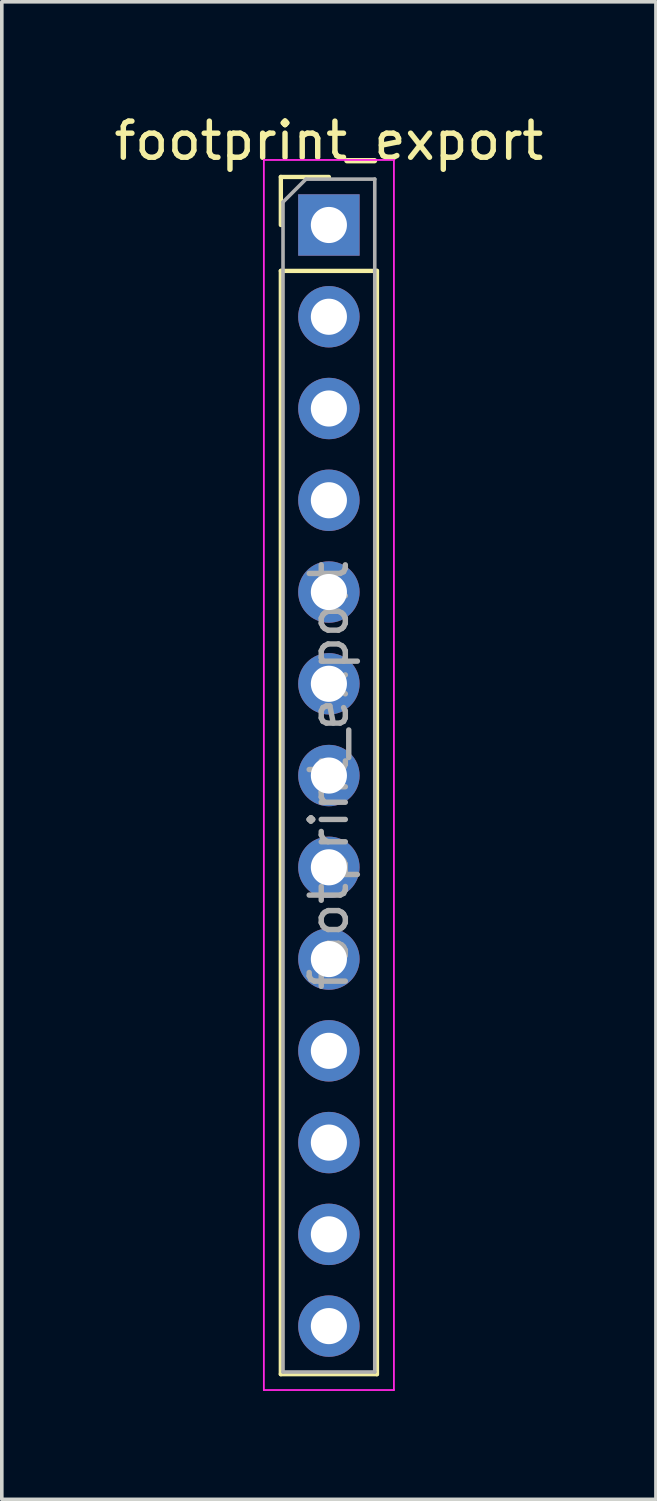
<source format=kicad_pcb>
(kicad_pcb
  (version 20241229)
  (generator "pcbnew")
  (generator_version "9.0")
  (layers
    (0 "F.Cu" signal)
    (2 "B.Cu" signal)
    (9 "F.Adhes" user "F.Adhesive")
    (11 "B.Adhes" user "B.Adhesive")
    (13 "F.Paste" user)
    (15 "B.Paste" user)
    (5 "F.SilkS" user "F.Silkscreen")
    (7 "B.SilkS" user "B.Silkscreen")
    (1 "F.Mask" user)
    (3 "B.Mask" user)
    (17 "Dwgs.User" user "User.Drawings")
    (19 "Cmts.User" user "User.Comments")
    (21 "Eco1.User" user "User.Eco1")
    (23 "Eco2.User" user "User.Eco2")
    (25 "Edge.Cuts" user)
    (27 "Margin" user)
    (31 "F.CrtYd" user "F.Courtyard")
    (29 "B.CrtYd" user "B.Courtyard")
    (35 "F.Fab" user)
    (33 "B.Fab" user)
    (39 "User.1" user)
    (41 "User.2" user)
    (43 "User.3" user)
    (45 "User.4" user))
  (footprint "footprint_export"
    (layer "F.Cu")
    (at 6.054 3.178)
    (property "Reference" "footprint_export" (at 0 -2.33 0) (layer "F.SilkS") (effects (font (size 1 1) (thickness 0.15))))
    (attr through_hole)
    (fp_line (start -1.33 -1.33) (end 0 -1.33) (stroke (width 0.12) (type solid)) (layer "F.SilkS"))
    (fp_line (start -1.33 0) (end -1.33 -1.33) (stroke (width 0.12) (type solid)) (layer "F.SilkS"))
    (fp_line (start -1.33 1.27) (end -1.33 31.81) (stroke (width 0.12) (type solid)) (layer "F.SilkS"))
    (fp_line (start -1.33 1.27) (end 1.33 1.27) (stroke (width 0.12) (type solid)) (layer "F.SilkS"))
    (fp_line (start -1.33 31.81) (end 1.33 31.81) (stroke (width 0.12) (type solid)) (layer "F.SilkS"))
    (fp_line (start 1.33 1.27) (end 1.33 31.81) (stroke (width 0.12) (type solid)) (layer "F.SilkS"))
    (fp_line (start -1.8 -1.8) (end -1.8 32.25) (stroke (width 0.05) (type solid)) (layer "F.CrtYd"))
    (fp_line (start -1.8 32.25) (end 1.8 32.25) (stroke (width 0.05) (type solid)) (layer "F.CrtYd"))
    (fp_line (start 1.8 -1.8) (end -1.8 -1.8) (stroke (width 0.05) (type solid)) (layer "F.CrtYd"))
    (fp_line (start 1.8 32.25) (end 1.8 -1.8) (stroke (width 0.05) (type solid)) (layer "F.CrtYd"))
    (fp_line (start -1.27 -0.635) (end -0.635 -1.27) (stroke (width 0.1) (type solid)) (layer "F.Fab"))
    (fp_line (start -1.27 31.75) (end -1.27 -0.635) (stroke (width 0.1) (type solid)) (layer "F.Fab"))
    (fp_line (start -0.635 -1.27) (end 1.27 -1.27) (stroke (width 0.1) (type solid)) (layer "F.Fab"))
    (fp_line (start 1.27 -1.27) (end 1.27 31.75) (stroke (width 0.1) (type solid)) (layer "F.Fab"))
    (fp_line (start 1.27 31.75) (end -1.27 31.75) (stroke (width 0.1) (type solid)) (layer "F.Fab"))
    (fp_text user "${REFERENCE}" (at 0 15.24 90) (layer "F.Fab") (effects (font (size 1 1) (thickness 0.15))))
    (pad "1" thru_hole rect (at 0 0) (size 1.7 1.7) (drill 1) (layers "*.Cu" "*.Mask"))
    (pad "2" thru_hole oval (at 0 2.54) (size 1.7 1.7) (drill 1) (layers "*.Cu" "*.Mask"))
    (pad "3" thru_hole oval (at 0 5.08) (size 1.7 1.7) (drill 1) (layers "*.Cu" "*.Mask"))
    (pad "4" thru_hole oval (at 0 7.62) (size 1.7 1.7) (drill 1) (layers "*.Cu" "*.Mask"))
    (pad "5" thru_hole oval (at 0 10.16) (size 1.7 1.7) (drill 1) (layers "*.Cu" "*.Mask"))
    (pad "6" thru_hole oval (at 0 12.7) (size 1.7 1.7) (drill 1) (layers "*.Cu" "*.Mask"))
    (pad "7" thru_hole oval (at 0 15.24) (size 1.7 1.7) (drill 1) (layers "*.Cu" "*.Mask"))
    (pad "8" thru_hole oval (at 0 17.78) (size 1.7 1.7) (drill 1) (layers "*.Cu" "*.Mask"))
    (pad "9" thru_hole oval (at 0 20.32) (size 1.7 1.7) (drill 1) (layers "*.Cu" "*.Mask"))
    (pad "10" thru_hole oval (at 0 22.86) (size 1.7 1.7) (drill 1) (layers "*.Cu" "*.Mask"))
    (pad "11" thru_hole oval (at 0 25.4) (size 1.7 1.7) (drill 1) (layers "*.Cu" "*.Mask"))
    (pad "12" thru_hole oval (at 0 27.94) (size 1.7 1.7) (drill 1) (layers "*.Cu" "*.Mask"))
    (pad "13" thru_hole oval (at 0 30.48) (size 1.7 1.7) (drill 1) (layers "*.Cu" "*.Mask")))
  (gr_rect
    (start -3 -3)
    (end 15.107 38.453)
    (stroke (width 0.1) (type default))
    (fill no)
    (layer "Edge.Cuts")))
</source>
